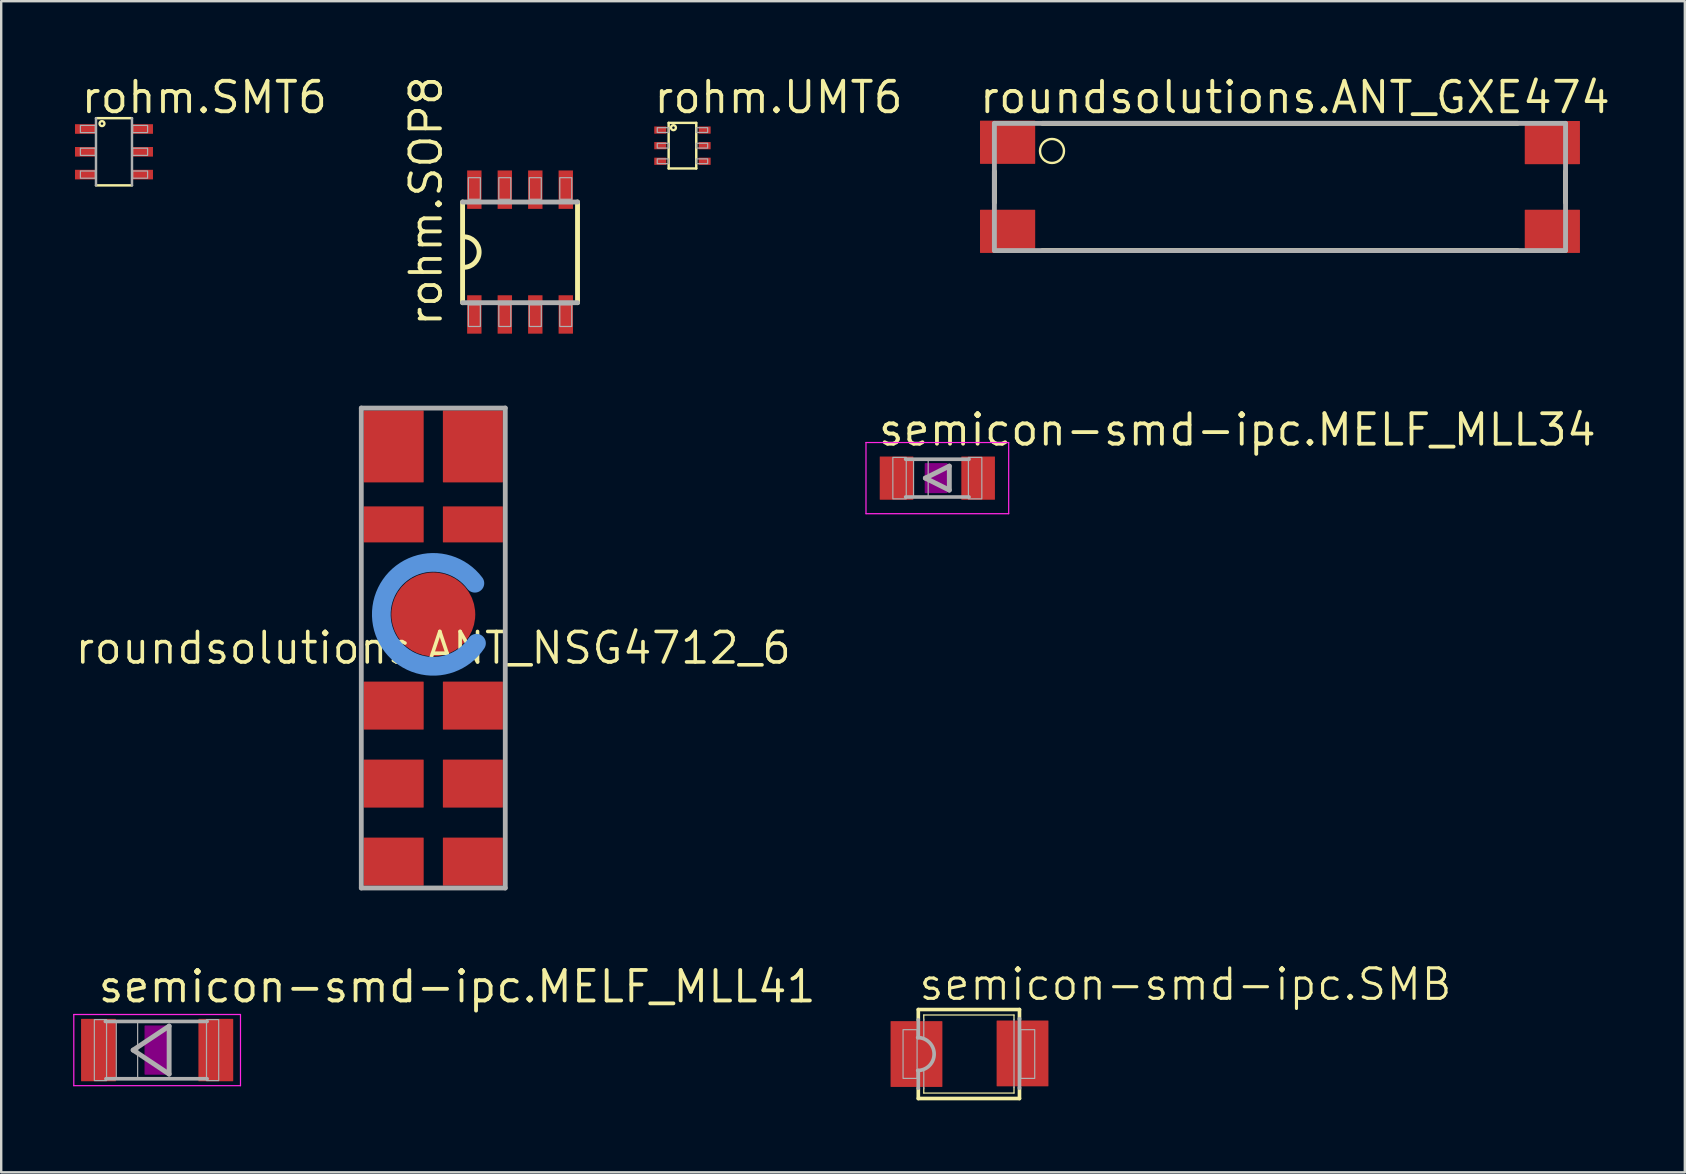
<source format=kicad_pcb>
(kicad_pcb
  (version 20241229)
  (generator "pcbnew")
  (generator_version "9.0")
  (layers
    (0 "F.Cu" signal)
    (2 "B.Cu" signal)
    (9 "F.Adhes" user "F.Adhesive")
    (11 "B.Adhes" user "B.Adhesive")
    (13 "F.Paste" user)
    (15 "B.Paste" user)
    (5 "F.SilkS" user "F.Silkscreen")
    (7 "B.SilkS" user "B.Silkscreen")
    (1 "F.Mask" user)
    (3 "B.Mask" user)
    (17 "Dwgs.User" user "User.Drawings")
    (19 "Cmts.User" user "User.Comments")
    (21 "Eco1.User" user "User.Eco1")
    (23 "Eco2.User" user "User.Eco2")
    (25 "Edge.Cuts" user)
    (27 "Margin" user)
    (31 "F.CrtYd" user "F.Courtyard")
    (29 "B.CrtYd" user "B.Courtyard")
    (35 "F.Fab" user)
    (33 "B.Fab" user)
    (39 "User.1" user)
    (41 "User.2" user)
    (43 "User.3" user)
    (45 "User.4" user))
  (footprint "semicon-smd-ipc.MELF_MLL41"
    (layer "F.Cu")
    (at 3.498 40.708)
    (property "Reference" "semicon-smd-ipc.MELF_MLL41" (at -2.54 -1.905 0) (layer "F.SilkS") (effects (font (size 1.27 1.27) (thickness 0.16)) (justify left bottom)))
    (attr smd)
    (fp_rect (start -0.5 1) (end 0.5 -1) (stroke (width 0.05) (type default)) (fill yes) (layer "F.Adhes"))
    (fp_line (start -3.473 -1.483) (end 3.473 -1.483) (stroke (width 0.051) (type default)) (layer "F.CrtYd"))
    (fp_line (start -3.473 1.483) (end -3.473 -1.483) (stroke (width 0.051) (type default)) (layer "F.CrtYd"))
    (fp_line (start 3.473 -1.483) (end 3.473 1.483) (stroke (width 0.051) (type default)) (layer "F.CrtYd"))
    (fp_line (start 3.473 1.483) (end -3.473 1.483) (stroke (width 0.051) (type default)) (layer "F.CrtYd"))
    (fp_line (start -1 0) (end 0.5 1) (stroke (width 0.203) (type default)) (layer "F.Fab"))
    (fp_line (start 0.5 -1) (end -1 0) (stroke (width 0.203) (type default)) (layer "F.Fab"))
    (fp_line (start 0.5 1) (end 0.5 -1) (stroke (width 0.203) (type default)) (layer "F.Fab"))
    (fp_line (start 2.083 -1.194) (end -2.159 -1.194) (stroke (width 0.152) (type default)) (layer "F.Fab"))
    (fp_line (start 2.083 1.194) (end -2.134 1.194) (stroke (width 0.152) (type default)) (layer "F.Fab"))
    (fp_rect (start -2.616 1.27) (end -2.108 -1.27) (stroke (width 0.05) (type default)) (fill no) (layer "F.Fab"))
    (fp_rect (start -1.702 1.194) (end -0.813 -1.194) (stroke (width 0.05) (type default)) (fill no) (layer "F.Fab"))
    (fp_rect (start 2.057 1.27) (end 2.565 -1.27) (stroke (width 0.05) (type default)) (fill no) (layer "F.Fab"))
    (pad "1" smd roundrect (at -2.445 0) (size 1.45 2.6) (layers "F.Cu" "F.Mask" "F.Paste") (roundrect_rratio 0.01))
    (pad "2" smd roundrect (at 2.445 0) (size 1.45 2.6) (layers "F.Cu" "F.Mask" "F.Paste") (roundrect_rratio 0.01)))
  (footprint "roundsolutions.ANT_GXE474"
    (layer "F.Cu")
    (at 50.287 4.741)
    (property "Reference" "roundsolutions.ANT_GXE474" (at -12.602 -2.991 0) (layer "F.SilkS") (effects (font (size 1.27 1.27) (thickness 0.16)) (justify left bottom)))
    (attr smd)
    (fp_line (start -11.9 -0.65) (end -11.9 0.65) (stroke (width 0.203) (type default)) (layer "F.SilkS"))
    (fp_line (start -9.9 2.65) (end 9.9 2.65) (stroke (width 0.203) (type default)) (layer "F.SilkS"))
    (fp_line (start 9.9 -2.65) (end -9.9 -2.65) (stroke (width 0.203) (type default)) (layer "F.SilkS"))
    (fp_line (start 11.9 0.65) (end 11.9 -0.65) (stroke (width 0.203) (type default)) (layer "F.SilkS"))
    (fp_circle (center -9.5 -1.5) (end -9 -1.5) (stroke (width 0.1) (type default)) (fill no) (layer "F.SilkS"))
    (fp_line (start -11.9 -2.65) (end -11.9 2.65) (stroke (width 0.203) (type default)) (layer "F.Fab"))
    (fp_line (start -11.9 2.65) (end 11.9 2.65) (stroke (width 0.203) (type default)) (layer "F.Fab"))
    (fp_line (start 11.9 -2.65) (end -11.9 -2.65) (stroke (width 0.203) (type default)) (layer "F.Fab"))
    (fp_line (start 11.9 2.65) (end 11.9 -2.65) (stroke (width 0.203) (type default)) (layer "F.Fab"))
    (pad "1" smd roundrect (at -11.35 -1.863) (size 2.3 1.8) (layers "F.Cu" "F.Mask" "F.Paste") (roundrect_rratio 0.01))
    (pad "2" smd roundrect (at -11.35 1.85) (size 2.3 1.8) (layers "F.Cu" "F.Mask" "F.Paste") (roundrect_rratio 0.01))
    (pad "3" smd roundrect (at 11.35 1.85) (size 2.3 1.8) (layers "F.Cu" "F.Mask" "F.Paste") (roundrect_rratio 0.01))
    (pad "4" smd roundrect (at 11.35 -1.85) (size 2.3 1.8) (layers "F.Cu" "F.Mask" "F.Paste") (roundrect_rratio 0.01)))
  (footprint "roundsolutions.ANT_NSG4712_6"
    (layer "F.Cu")
    (at 15.005 23.953)
    (property "Reference" "roundsolutions.ANT_NSG4712_6" (at 0 0 0) (layer "F.SilkS") (effects (font (size 1.27 1.27) (thickness 0.15))))
    (attr smd)
    (fp_rect (start -3 9.9) (end -0.4 7.9) (stroke (width 0.05) (type default)) (fill yes) (layer "F.Mask"))
    (fp_rect (start -2.913 6.662) (end -0.4 4.65) (stroke (width 0.05) (type default)) (fill yes) (layer "F.Mask"))
    (fp_rect (start -2.9 -6.9) (end -0.4 -9.9) (stroke (width 0.05) (type default)) (fill yes) (layer "F.Mask"))
    (fp_rect (start -2.9 -4.4) (end -0.4 -5.9) (stroke (width 0.05) (type default)) (fill yes) (layer "F.Mask"))
    (fp_rect (start -2.9 3.4) (end -0.4 1.4) (stroke (width 0.05) (type default)) (fill yes) (layer "F.Mask"))
    (fp_rect (start 0.4 -6.9) (end 2.9 -9.9) (stroke (width 0.05) (type default)) (fill yes) (layer "F.Mask"))
    (fp_rect (start 0.4 -4.4) (end 2.9 -5.9) (stroke (width 0.05) (type default)) (fill yes) (layer "F.Mask"))
    (fp_rect (start 0.4 3.4) (end 2.9 1.4) (stroke (width 0.05) (type default)) (fill yes) (layer "F.Mask"))
    (fp_rect (start 0.4 6.65) (end 2.9 4.65) (stroke (width 0.05) (type default)) (fill yes) (layer "F.Mask"))
    (fp_rect (start 0.4 9.9) (end 2.9 7.9) (stroke (width 0.05) (type default)) (fill yes) (layer "F.Mask"))
    (fp_circle (center 0 -1.4) (end 1.8 -1.4) (stroke (width 0.1) (type default)) (fill no) (layer "F.Mask"))
    (fp_arc (start 1.8 -0.2) (mid -2.164725 -1.344421) (end 1.73302 -2.699533) (stroke (width 0.78) (type default)) (layer "Cmts.User"))
    (fp_line (start -3 -10) (end -3 10) (stroke (width 0.2) (type default)) (layer "F.Fab"))
    (fp_line (start -3 10) (end 3 10) (stroke (width 0.2) (type default)) (layer "F.Fab"))
    (fp_line (start 3 -10) (end -3 -10) (stroke (width 0.2) (type default)) (layer "F.Fab"))
    (fp_line (start 3 10) (end 3 -10) (stroke (width 0.2) (type default)) (layer "F.Fab"))
    (pad "A" smd roundrect (at 0 -1.4) (size 3.5 3.5) (layers "F.Cu" "F.Mask" "F.Paste") (roundrect_rratio 0.5))
    (pad "G@1" smd roundrect (at -1.65 -8.4) (size 2.5 3) (layers "F.Cu" "F.Mask" "F.Paste") (roundrect_rratio 0.01))
    (pad "G@2" smd roundrect (at 1.65 -8.4) (size 2.5 3) (layers "F.Cu" "F.Mask" "F.Paste") (roundrect_rratio 0.01))
    (pad "G@3" smd roundrect (at -1.65 8.9) (size 2.5 2) (layers "F.Cu" "F.Mask" "F.Paste") (roundrect_rratio 0.01))
    (pad "G@4" smd roundrect (at 1.65 8.9) (size 2.5 2) (layers "F.Cu" "F.Mask" "F.Paste") (roundrect_rratio 0.01))
    (pad "G@5" smd roundrect (at -1.65 5.65) (size 2.5 2) (layers "F.Cu" "F.Mask" "F.Paste") (roundrect_rratio 0.01))
    (pad "G@6" smd roundrect (at 1.65 5.65) (size 2.5 2) (layers "F.Cu" "F.Mask" "F.Paste") (roundrect_rratio 0.01))
    (pad "G@7" smd roundrect (at -1.65 2.4) (size 2.5 2) (layers "F.Cu" "F.Mask" "F.Paste") (roundrect_rratio 0.01))
    (pad "G@8" smd roundrect (at 1.65 2.4) (size 2.5 2) (layers "F.Cu" "F.Mask" "F.Paste") (roundrect_rratio 0.01))
    (pad "G@9" smd roundrect (at -1.65 -5.15) (size 2.5 1.5) (layers "F.Cu" "F.Mask" "F.Paste") (roundrect_rratio 0.01))
    (pad "G@10" smd roundrect (at 1.65 -5.15) (size 2.5 1.5) (layers "F.Cu" "F.Mask" "F.Paste") (roundrect_rratio 0.01)))
  (footprint "rohm.UMT6"
    (layer "F.Cu")
    (at 25.388 3.02)
    (property "Reference" "rohm.UMT6" (at -1.27 -1.27 0) (layer "F.SilkS") (effects (font (size 1.27 1.27) (thickness 0.16)) (justify left bottom)))
    (attr smd)
    (fp_rect (start -1.225 -0.45) (end -0.6 -0.85) (stroke (width 0.05) (type default)) (fill yes) (layer "F.Mask"))
    (fp_rect (start -1.225 0.2) (end -0.6 -0.2) (stroke (width 0.05) (type default)) (fill yes) (layer "F.Mask"))
    (fp_rect (start -1.225 0.85) (end -0.6 0.45) (stroke (width 0.05) (type default)) (fill yes) (layer "F.Mask"))
    (fp_rect (start 0.6 -0.45) (end 1.225 -0.85) (stroke (width 0.05) (type default)) (fill yes) (layer "F.Mask"))
    (fp_rect (start 0.6 0.2) (end 1.225 -0.2) (stroke (width 0.05) (type default)) (fill yes) (layer "F.Mask"))
    (fp_rect (start 0.6 0.85) (end 1.225 0.45) (stroke (width 0.05) (type default)) (fill yes) (layer "F.Mask"))
    (fp_line (start -0.575 -0.95) (end 0.575 -0.95) (stroke (width 0.102) (type default)) (layer "F.SilkS"))
    (fp_line (start -0.575 0.95) (end -0.575 -0.95) (stroke (width 0.102) (type default)) (layer "F.SilkS"))
    (fp_line (start 0.575 -0.95) (end 0.575 0.95) (stroke (width 0.102) (type default)) (layer "F.SilkS"))
    (fp_line (start 0.575 0.95) (end -0.575 0.95) (stroke (width 0.102) (type default)) (layer "F.SilkS"))
    (fp_circle (center -0.375 -0.75) (end -0.272 -0.75) (stroke (width 0.1) (type default)) (fill no) (layer "F.SilkS"))
    (fp_rect (start -1.15 -0.525) (end -0.7 -0.775) (stroke (width 0.05) (type default)) (fill yes) (layer "F.Paste"))
    (fp_rect (start -1.15 0.125) (end -0.7 -0.125) (stroke (width 0.05) (type default)) (fill yes) (layer "F.Paste"))
    (fp_rect (start -1.15 0.775) (end -0.7 0.525) (stroke (width 0.05) (type default)) (fill yes) (layer "F.Paste"))
    (fp_rect (start 0.7 -0.525) (end 1.15 -0.775) (stroke (width 0.05) (type default)) (fill yes) (layer "F.Paste"))
    (fp_rect (start 0.7 0.125) (end 1.15 -0.125) (stroke (width 0.05) (type default)) (fill yes) (layer "F.Paste"))
    (fp_rect (start 0.7 0.775) (end 1.15 0.525) (stroke (width 0.05) (type default)) (fill yes) (layer "F.Paste"))
    (fp_rect (start -1.05 -0.55) (end -0.575 -0.75) (stroke (width 0.05) (type default)) (fill no) (layer "F.Fab"))
    (fp_rect (start -1.05 0.1) (end -0.575 -0.1) (stroke (width 0.05) (type default)) (fill no) (layer "F.Fab"))
    (fp_rect (start -1.05 0.75) (end -0.575 0.55) (stroke (width 0.05) (type default)) (fill no) (layer "F.Fab"))
    (fp_rect (start 0.575 -0.55) (end 1.05 -0.75) (stroke (width 0.05) (type default)) (fill no) (layer "F.Fab"))
    (fp_rect (start 0.575 0.1) (end 1.05 -0.1) (stroke (width 0.05) (type default)) (fill no) (layer "F.Fab"))
    (fp_rect (start 0.575 0.75) (end 1.05 0.55) (stroke (width 0.05) (type default)) (fill no) (layer "F.Fab"))
    (pad "1" smd roundrect (at -0.925 -0.65) (size 0.5 0.3) (layers "F.Cu" "F.Mask" "F.Paste") (roundrect_rratio 0.01))
    (pad "2" smd roundrect (at -0.925 0) (size 0.5 0.3) (layers "F.Cu" "F.Mask" "F.Paste") (roundrect_rratio 0.01))
    (pad "3" smd roundrect (at -0.925 0.65) (size 0.5 0.3) (layers "F.Cu" "F.Mask" "F.Paste") (roundrect_rratio 0.01))
    (pad "4" smd roundrect (at 0.925 0.65 180) (size 0.5 0.3) (layers "F.Cu" "F.Mask" "F.Paste") (roundrect_rratio 0.01))
    (pad "5" smd roundrect (at 0.925 0 180) (size 0.5 0.3) (layers "F.Cu" "F.Mask" "F.Paste") (roundrect_rratio 0.01))
    (pad "6" smd roundrect (at 0.925 -0.65 180) (size 0.5 0.3) (layers "F.Cu" "F.Mask" "F.Paste") (roundrect_rratio 0.01)))
  (footprint "semicon-smd-ipc.MELF_MLL34"
    (layer "F.Cu")
    (at 36.009 16.873)
    (property "Reference" "semicon-smd-ipc.MELF_MLL34" (at -2.54 -1.27 0) (layer "F.SilkS") (effects (font (size 1.27 1.27) (thickness 0.16)) (justify left bottom)))
    (attr smd)
    (fp_rect (start -0.5 0.6) (end 0.4 -0.6) (stroke (width 0.05) (type default)) (fill yes) (layer "F.Adhes"))
    (fp_line (start -2.973 -1.483) (end 2.973 -1.483) (stroke (width 0.051) (type default)) (layer "F.CrtYd"))
    (fp_line (start -2.973 1.483) (end -2.973 -1.483) (stroke (width 0.051) (type default)) (layer "F.CrtYd"))
    (fp_line (start 2.973 -1.483) (end 2.973 1.483) (stroke (width 0.051) (type default)) (layer "F.CrtYd"))
    (fp_line (start 2.973 1.483) (end -2.973 1.483) (stroke (width 0.051) (type default)) (layer "F.CrtYd"))
    (fp_line (start -0.5 0) (end 0.5 0.5) (stroke (width 0.203) (type default)) (layer "F.Fab"))
    (fp_line (start 0.5 -0.5) (end -0.5 0) (stroke (width 0.203) (type default)) (layer "F.Fab"))
    (fp_line (start 0.5 0.5) (end 0.5 -0.5) (stroke (width 0.203) (type default)) (layer "F.Fab"))
    (fp_line (start 1.321 -0.787) (end -1.321 -0.787) (stroke (width 0.152) (type default)) (layer "F.Fab"))
    (fp_line (start 1.321 0.787) (end -1.321 0.787) (stroke (width 0.152) (type default)) (layer "F.Fab"))
    (fp_rect (start -1.854 0.864) (end -1.295 -0.864) (stroke (width 0.05) (type default)) (fill no) (layer "F.Fab"))
    (fp_rect (start -0.991 0.787) (end -0.381 -0.787) (stroke (width 0.05) (type default)) (fill no) (layer "F.Fab"))
    (fp_rect (start 1.295 0.864) (end 1.854 -0.864) (stroke (width 0.05) (type default)) (fill no) (layer "F.Fab"))
    (pad "1" smd roundrect (at -1.7 0) (size 1.4 1.8) (layers "F.Cu" "F.Mask" "F.Paste") (roundrect_rratio 0.01))
    (pad "2" smd roundrect (at 1.7 0) (size 1.4 1.8) (layers "F.Cu" "F.Mask" "F.Paste") (roundrect_rratio 0.01)))
  (footprint "semicon-smd-ipc.SMB"
    (layer "F.Cu")
    (at 37.451 40.745)
    (property "Reference" "semicon-smd-ipc.SMB" (at -2.286 -2.032 0) (layer "F.SilkS") (effects (font (size 1.27 1.27) (thickness 0.13)) (justify left bottom)))
    (attr smd)
    (fp_line (start -2.235 -1.727) (end -2.235 -1.295) (stroke (width 0.152) (type default)) (layer "F.SilkS"))
    (fp_line (start -2.235 -1.727) (end 1.981 -1.727) (stroke (width 0.152) (type default)) (layer "F.SilkS"))
    (fp_line (start -2.235 1.981) (end -2.235 1.549) (stroke (width 0.152) (type default)) (layer "F.SilkS"))
    (fp_line (start -2.007 -1.499) (end 1.753 -1.499) (stroke (width 0.051) (type default)) (layer "F.SilkS"))
    (fp_line (start -2.007 -1.27) (end -2.007 -1.499) (stroke (width 0.051) (type default)) (layer "F.SilkS"))
    (fp_line (start -2.007 1.753) (end -2.007 1.524) (stroke (width 0.051) (type default)) (layer "F.SilkS"))
    (fp_line (start -2.007 1.753) (end 1.753 1.753) (stroke (width 0.051) (type default)) (layer "F.SilkS"))
    (fp_line (start 1.753 -1.295) (end 1.753 -1.499) (stroke (width 0.051) (type default)) (layer "F.SilkS"))
    (fp_line (start 1.753 1.499) (end 1.753 1.753) (stroke (width 0.051) (type default)) (layer "F.SilkS"))
    (fp_line (start 1.981 -1.727) (end 1.981 -1.321) (stroke (width 0.152) (type default)) (layer "F.SilkS"))
    (fp_line (start 1.981 1.981) (end -2.235 1.981) (stroke (width 0.152) (type default)) (layer "F.SilkS"))
    (fp_line (start 1.981 1.981) (end 1.981 1.524) (stroke (width 0.152) (type default)) (layer "F.SilkS"))
    (fp_line (start -2.235 -1.295) (end -2.235 -0.559) (stroke (width 0.152) (type default)) (layer "F.Fab"))
    (fp_line (start -2.235 1.549) (end -2.235 0.813) (stroke (width 0.152) (type default)) (layer "F.Fab"))
    (fp_line (start -2.007 -0.533) (end -2.007 -1.321) (stroke (width 0.051) (type default)) (layer "F.Fab"))
    (fp_line (start -2.007 1.575) (end -2.007 0.787) (stroke (width 0.051) (type default)) (layer "F.Fab"))
    (fp_line (start 1.753 -1.321) (end 1.753 1.524) (stroke (width 0.051) (type default)) (layer "F.Fab"))
    (fp_line (start 1.981 -1.346) (end 1.981 1.549) (stroke (width 0.152) (type default)) (layer "F.Fab"))
    (fp_rect (start -2.87 1.143) (end -2.286 -0.889) (stroke (width 0.05) (type default)) (fill no) (layer "F.Fab"))
    (fp_rect (start 2.032 1.143) (end 2.616 -0.889) (stroke (width 0.05) (type default)) (fill no) (layer "F.Fab"))
    (fp_arc (start -2.2606 -0.5588) (mid -1.5748 0.127) (end -2.2606 0.8128) (stroke (width 0.1524) (type default)) (layer "F.Fab"))
    (pad "1" smd roundrect (at -2.311 0.127) (size 2.159 2.743) (layers "F.Cu" "F.Mask" "F.Paste") (roundrect_rratio 0.01))
    (pad "2" smd roundrect (at 2.108 0.102) (size 2.159 2.743) (layers "F.Cu" "F.Mask" "F.Paste") (roundrect_rratio 0.01)))
  (footprint "rohm.SMT6"
    (layer "F.Cu")
    (at 1.7 3.275)
    (property "Reference" "rohm.SMT6" (at -1.45 -1.525 0) (layer "F.SilkS") (effects (font (size 1.27 1.27) (thickness 0.16)) (justify left bottom)))
    (attr smd)
    (fp_rect (start -1.675 -0.7) (end -0.675 -1.2) (stroke (width 0.05) (type default)) (fill yes) (layer "F.Mask"))
    (fp_rect (start -1.675 0.25) (end -0.675 -0.25) (stroke (width 0.05) (type default)) (fill yes) (layer "F.Mask"))
    (fp_rect (start -1.675 1.2) (end -0.675 0.7) (stroke (width 0.05) (type default)) (fill yes) (layer "F.Mask"))
    (fp_rect (start 0.675 -0.7) (end 1.675 -1.2) (stroke (width 0.05) (type default)) (fill yes) (layer "F.Mask"))
    (fp_rect (start 0.675 0.25) (end 1.675 -0.25) (stroke (width 0.05) (type default)) (fill yes) (layer "F.Mask"))
    (fp_rect (start 0.675 1.2) (end 1.675 0.7) (stroke (width 0.05) (type default)) (fill yes) (layer "F.Mask"))
    (fp_line (start -0.75 -1.4) (end 0.75 -1.4) (stroke (width 0.102) (type default)) (layer "F.SilkS"))
    (fp_line (start 0.75 1.4) (end -0.75 1.4) (stroke (width 0.102) (type default)) (layer "F.SilkS"))
    (fp_circle (center -0.5 -1.175) (end -0.397 -1.175) (stroke (width 0.1) (type default)) (fill no) (layer "F.SilkS"))
    (fp_rect (start -1.6 -0.775) (end -0.75 -1.125) (stroke (width 0.05) (type default)) (fill yes) (layer "F.Paste"))
    (fp_rect (start -1.6 0.175) (end -0.75 -0.175) (stroke (width 0.05) (type default)) (fill yes) (layer "F.Paste"))
    (fp_rect (start -1.6 1.125) (end -0.75 0.775) (stroke (width 0.05) (type default)) (fill yes) (layer "F.Paste"))
    (fp_rect (start 0.75 -0.775) (end 1.6 -1.125) (stroke (width 0.05) (type default)) (fill yes) (layer "F.Paste"))
    (fp_rect (start 0.75 0.175) (end 1.6 -0.175) (stroke (width 0.05) (type default)) (fill yes) (layer "F.Paste"))
    (fp_rect (start 0.75 1.125) (end 1.6 0.775) (stroke (width 0.05) (type default)) (fill yes) (layer "F.Paste"))
    (fp_line (start -0.75 1.4) (end -0.75 -1.4) (stroke (width 0.102) (type default)) (layer "F.Fab"))
    (fp_line (start 0.75 -1.4) (end 0.75 1.4) (stroke (width 0.102) (type default)) (layer "F.Fab"))
    (fp_rect (start -1.4 -0.8) (end -0.775 -1.1) (stroke (width 0.05) (type default)) (fill no) (layer "F.Fab"))
    (fp_rect (start -1.4 0.15) (end -0.775 -0.15) (stroke (width 0.05) (type default)) (fill no) (layer "F.Fab"))
    (fp_rect (start -1.4 1.1) (end -0.775 0.8) (stroke (width 0.05) (type default)) (fill no) (layer "F.Fab"))
    (fp_rect (start 0.775 -0.8) (end 1.4 -1.1) (stroke (width 0.05) (type default)) (fill no) (layer "F.Fab"))
    (fp_rect (start 0.775 0.15) (end 1.4 -0.15) (stroke (width 0.05) (type default)) (fill no) (layer "F.Fab"))
    (fp_rect (start 0.775 1.1) (end 1.4 0.8) (stroke (width 0.05) (type default)) (fill no) (layer "F.Fab"))
    (pad "1" smd roundrect (at -1.175 -0.95) (size 0.9 0.4) (layers "F.Cu" "F.Mask" "F.Paste") (roundrect_rratio 0.01))
    (pad "2" smd roundrect (at -1.175 0) (size 0.9 0.4) (layers "F.Cu" "F.Mask" "F.Paste") (roundrect_rratio 0.01))
    (pad "3" smd roundrect (at -1.175 0.95) (size 0.9 0.4) (layers "F.Cu" "F.Mask" "F.Paste") (roundrect_rratio 0.01))
    (pad "4" smd roundrect (at 1.175 0.95 180) (size 0.9 0.4) (layers "F.Cu" "F.Mask" "F.Paste") (roundrect_rratio 0.01))
    (pad "5" smd roundrect (at 1.175 0 180) (size 0.9 0.4) (layers "F.Cu" "F.Mask" "F.Paste") (roundrect_rratio 0.01))
    (pad "6" smd roundrect (at 1.175 -0.95 180) (size 0.9 0.4) (layers "F.Cu" "F.Mask" "F.Paste") (roundrect_rratio 0.01)))
  (footprint "rohm.SOP8"
    (layer "F.Cu")
    (at 18.621 7.453)
    (property "Reference" "rohm.SOP8" (at -3.175 3.175 90) (layer "F.SilkS") (effects (font (size 1.27 1.27) (thickness 0.16)) (justify left bottom)))
    (attr smd)
    (fp_line (start -2.395 2.11) (end -2.395 -2.085) (stroke (width 0.203) (type default)) (layer "F.SilkS"))
    (fp_line (start 2.395 -2.085) (end 2.395 2.11) (stroke (width 0.203) (type default)) (layer "F.SilkS"))
    (fp_arc (start -2.34 -0.635) (mid -1.705 0) (end -2.34 0.635) (stroke (width 0.2032) (type default)) (layer "F.SilkS"))
    (fp_line (start -2.395 -2.085) (end 2.395 -2.085) (stroke (width 0.203) (type default)) (layer "F.Fab"))
    (fp_line (start 2.395 2.11) (end -2.395 2.11) (stroke (width 0.203) (type default)) (layer "F.Fab"))
    (fp_rect (start -2.155 -2.2) (end -1.655 -3.1) (stroke (width 0.05) (type default)) (fill no) (layer "F.Fab"))
    (fp_rect (start -2.155 3.1) (end -1.655 2.2) (stroke (width 0.05) (type default)) (fill no) (layer "F.Fab"))
    (fp_rect (start -0.885 -2.2) (end -0.385 -3.1) (stroke (width 0.05) (type default)) (fill no) (layer "F.Fab"))
    (fp_rect (start -0.885 3.1) (end -0.385 2.2) (stroke (width 0.05) (type default)) (fill no) (layer "F.Fab"))
    (fp_rect (start 0.385 -2.2) (end 0.885 -3.1) (stroke (width 0.05) (type default)) (fill no) (layer "F.Fab"))
    (fp_rect (start 0.385 3.1) (end 0.885 2.2) (stroke (width 0.05) (type default)) (fill no) (layer "F.Fab"))
    (fp_rect (start 1.655 -2.2) (end 2.155 -3.1) (stroke (width 0.05) (type default)) (fill no) (layer "F.Fab"))
    (fp_rect (start 1.655 3.1) (end 2.155 2.2) (stroke (width 0.05) (type default)) (fill no) (layer "F.Fab"))
    (pad "1" smd roundrect (at -1.905 2.6) (size 0.6 1.6) (layers "F.Cu" "F.Mask" "F.Paste") (roundrect_rratio 0.01))
    (pad "2" smd roundrect (at -0.635 2.6) (size 0.6 1.6) (layers "F.Cu" "F.Mask" "F.Paste") (roundrect_rratio 0.01))
    (pad "3" smd roundrect (at 0.635 2.6) (size 0.6 1.6) (layers "F.Cu" "F.Mask" "F.Paste") (roundrect_rratio 0.01))
    (pad "4" smd roundrect (at 1.905 2.6) (size 0.6 1.6) (layers "F.Cu" "F.Mask" "F.Paste") (roundrect_rratio 0.01))
    (pad "5" smd roundrect (at 1.905 -2.6) (size 0.6 1.6) (layers "F.Cu" "F.Mask" "F.Paste") (roundrect_rratio 0.01))
    (pad "6" smd roundrect (at 0.635 -2.6) (size 0.6 1.6) (layers "F.Cu" "F.Mask" "F.Paste") (roundrect_rratio 0.01))
    (pad "7" smd roundrect (at -0.635 -2.6) (size 0.6 1.6) (layers "F.Cu" "F.Mask" "F.Paste") (roundrect_rratio 0.01))
    (pad "8" smd roundrect (at -1.905 -2.6) (size 0.6 1.6) (layers "F.Cu" "F.Mask" "F.Paste") (roundrect_rratio 0.01)))
  (gr_rect
    (start -3 -3)
    (end 67.158 45.802)
    (stroke (width 0.1) (type default))
    (fill no)
    (layer "Edge.Cuts")))
</source>
